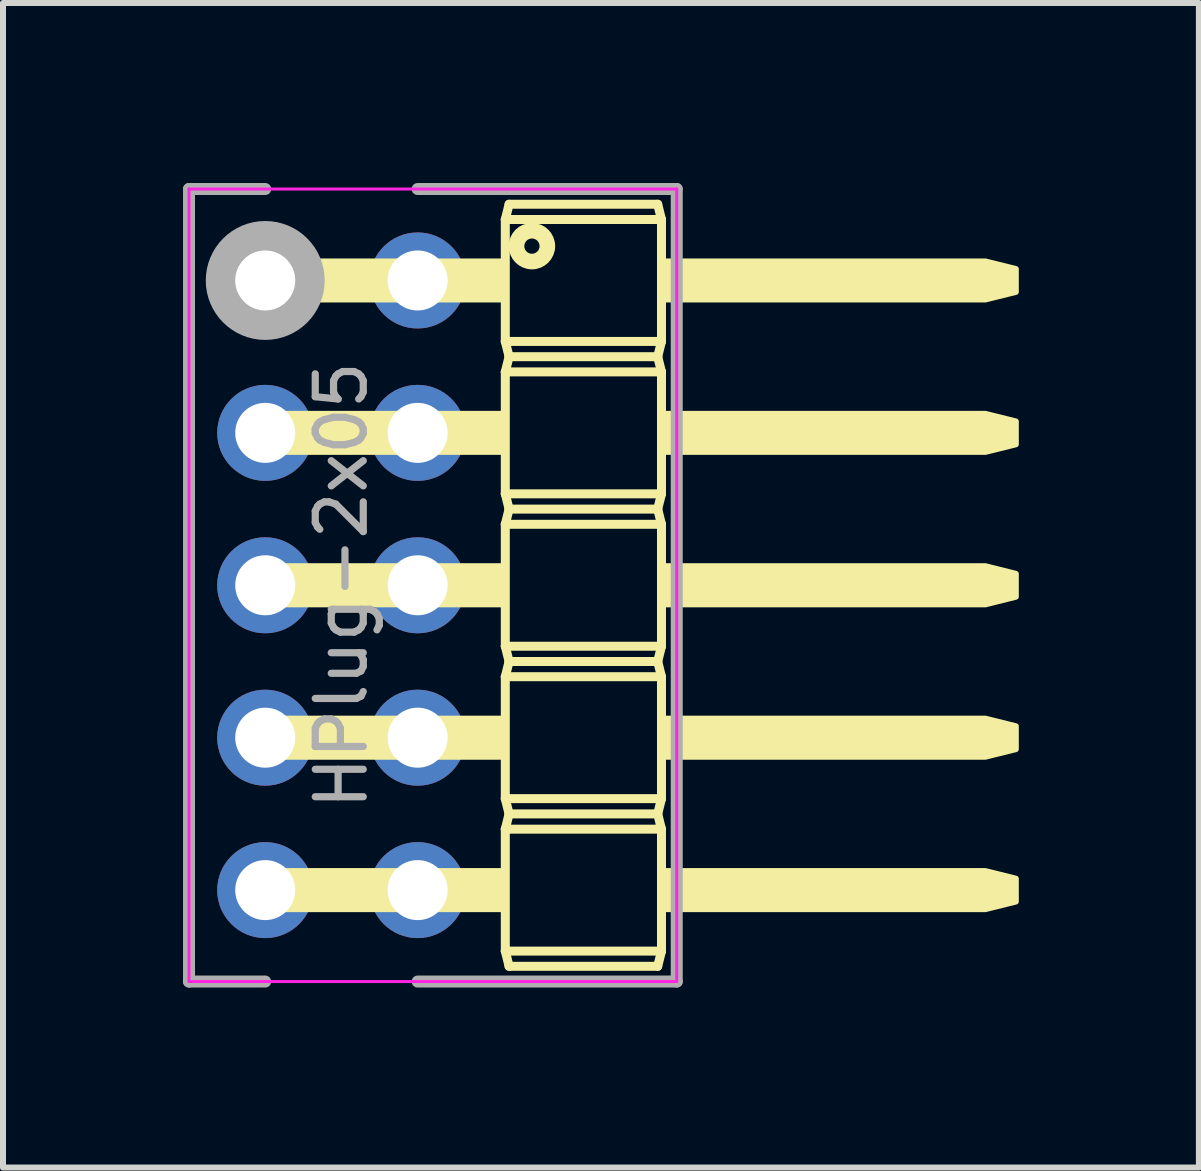
<source format=kicad_pcb>
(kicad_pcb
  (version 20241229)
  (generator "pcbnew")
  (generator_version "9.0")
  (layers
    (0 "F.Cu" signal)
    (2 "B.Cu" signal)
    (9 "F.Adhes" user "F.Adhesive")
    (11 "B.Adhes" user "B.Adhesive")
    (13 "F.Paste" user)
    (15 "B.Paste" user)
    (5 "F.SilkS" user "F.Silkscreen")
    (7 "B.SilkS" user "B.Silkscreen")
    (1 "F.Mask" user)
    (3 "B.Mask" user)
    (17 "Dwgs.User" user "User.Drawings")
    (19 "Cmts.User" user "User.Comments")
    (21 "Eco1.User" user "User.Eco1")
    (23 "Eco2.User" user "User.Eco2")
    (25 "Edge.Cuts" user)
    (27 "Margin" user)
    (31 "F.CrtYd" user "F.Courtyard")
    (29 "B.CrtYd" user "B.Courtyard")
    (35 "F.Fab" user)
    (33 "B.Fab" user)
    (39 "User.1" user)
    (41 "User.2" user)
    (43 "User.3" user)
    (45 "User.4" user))
  (footprint "HPlug-2x05"
    (layer "F.Cu")
    (at 2.64 6.704)
    (property "Reference" "HPlug-2x05" (at 0 0 270) (layer "F.Fab") (effects (font (size 0.8 0.8) (thickness 0.12))))
    (attr through_hole)
    (fp_line (start 2.731 -6.096) (end 2.731 -4.064) (stroke (width 0.15) (type solid)) (layer "F.SilkS"))
    (fp_line (start 2.731 -6.096) (end 5.334 -6.096) (stroke (width 0.15) (type solid)) (layer "F.SilkS"))
    (fp_line (start 2.731 -4.064) (end 2.794 -3.81) (stroke (width 0.15) (type solid)) (layer "F.SilkS"))
    (fp_line (start 2.731 -4.064) (end 5.334 -4.064) (stroke (width 0.15) (type solid)) (layer "F.SilkS"))
    (fp_line (start 2.731 -3.556) (end 2.731 -1.524) (stroke (width 0.15) (type solid)) (layer "F.SilkS"))
    (fp_line (start 2.731 -3.556) (end 5.334 -3.556) (stroke (width 0.15) (type solid)) (layer "F.SilkS"))
    (fp_line (start 2.731 -1.524) (end 2.794 -1.27) (stroke (width 0.15) (type solid)) (layer "F.SilkS"))
    (fp_line (start 2.731 -1.524) (end 5.334 -1.524) (stroke (width 0.15) (type solid)) (layer "F.SilkS"))
    (fp_line (start 2.731 -1.016) (end 2.731 1.016) (stroke (width 0.15) (type solid)) (layer "F.SilkS"))
    (fp_line (start 2.731 -1.016) (end 5.334 -1.016) (stroke (width 0.15) (type solid)) (layer "F.SilkS"))
    (fp_line (start 2.731 1.016) (end 2.794 1.27) (stroke (width 0.15) (type solid)) (layer "F.SilkS"))
    (fp_line (start 2.731 1.016) (end 5.334 1.016) (stroke (width 0.15) (type solid)) (layer "F.SilkS"))
    (fp_line (start 2.731 1.524) (end 2.731 3.556) (stroke (width 0.15) (type solid)) (layer "F.SilkS"))
    (fp_line (start 2.731 1.524) (end 5.334 1.524) (stroke (width 0.15) (type solid)) (layer "F.SilkS"))
    (fp_line (start 2.731 3.556) (end 2.794 3.81) (stroke (width 0.15) (type solid)) (layer "F.SilkS"))
    (fp_line (start 2.731 3.556) (end 5.334 3.556) (stroke (width 0.15) (type solid)) (layer "F.SilkS"))
    (fp_line (start 2.731 4.064) (end 2.731 6.096) (stroke (width 0.15) (type solid)) (layer "F.SilkS"))
    (fp_line (start 2.731 4.064) (end 5.334 4.064) (stroke (width 0.15) (type solid)) (layer "F.SilkS"))
    (fp_line (start 2.731 6.096) (end 2.794 6.35) (stroke (width 0.15) (type solid)) (layer "F.SilkS"))
    (fp_line (start 2.731 6.096) (end 5.334 6.096) (stroke (width 0.15) (type solid)) (layer "F.SilkS"))
    (fp_line (start 2.794 -6.35) (end 2.731 -6.096) (stroke (width 0.15) (type solid)) (layer "F.SilkS"))
    (fp_line (start 2.794 -6.35) (end 5.271 -6.35) (stroke (width 0.15) (type solid)) (layer "F.SilkS"))
    (fp_line (start 2.794 -3.81) (end 2.731 -3.556) (stroke (width 0.15) (type solid)) (layer "F.SilkS"))
    (fp_line (start 2.794 -3.81) (end 5.271 -3.81) (stroke (width 0.15) (type solid)) (layer "F.SilkS"))
    (fp_line (start 2.794 -1.27) (end 2.731 -1.016) (stroke (width 0.15) (type solid)) (layer "F.SilkS"))
    (fp_line (start 2.794 -1.27) (end 5.271 -1.27) (stroke (width 0.15) (type solid)) (layer "F.SilkS"))
    (fp_line (start 2.794 1.27) (end 2.731 1.524) (stroke (width 0.15) (type solid)) (layer "F.SilkS"))
    (fp_line (start 2.794 1.27) (end 5.271 1.27) (stroke (width 0.15) (type solid)) (layer "F.SilkS"))
    (fp_line (start 2.794 3.81) (end 2.731 4.064) (stroke (width 0.15) (type solid)) (layer "F.SilkS"))
    (fp_line (start 2.794 3.81) (end 5.271 3.81) (stroke (width 0.15) (type solid)) (layer "F.SilkS"))
    (fp_line (start 2.794 6.35) (end 5.271 6.35) (stroke (width 0.15) (type solid)) (layer "F.SilkS"))
    (fp_line (start 5.271 -6.35) (end 5.334 -6.096) (stroke (width 0.15) (type solid)) (layer "F.SilkS"))
    (fp_line (start 5.271 -3.81) (end 5.334 -3.556) (stroke (width 0.15) (type solid)) (layer "F.SilkS"))
    (fp_line (start 5.271 -1.27) (end 5.334 -1.016) (stroke (width 0.15) (type solid)) (layer "F.SilkS"))
    (fp_line (start 5.271 1.27) (end 5.334 1.524) (stroke (width 0.15) (type solid)) (layer "F.SilkS"))
    (fp_line (start 5.271 3.81) (end 5.334 4.064) (stroke (width 0.15) (type solid)) (layer "F.SilkS"))
    (fp_line (start 5.334 -4.064) (end 5.271 -3.81) (stroke (width 0.15) (type solid)) (layer "F.SilkS"))
    (fp_line (start 5.334 -4.064) (end 5.334 -6.096) (stroke (width 0.15) (type solid)) (layer "F.SilkS"))
    (fp_line (start 5.334 -1.524) (end 5.271 -1.27) (stroke (width 0.15) (type solid)) (layer "F.SilkS"))
    (fp_line (start 5.334 -1.524) (end 5.334 -3.556) (stroke (width 0.15) (type solid)) (layer "F.SilkS"))
    (fp_line (start 5.334 1.016) (end 5.271 1.27) (stroke (width 0.15) (type solid)) (layer "F.SilkS"))
    (fp_line (start 5.334 1.016) (end 5.334 -1.016) (stroke (width 0.15) (type solid)) (layer "F.SilkS"))
    (fp_line (start 5.334 3.556) (end 5.271 3.81) (stroke (width 0.15) (type solid)) (layer "F.SilkS"))
    (fp_line (start 5.334 3.556) (end 5.334 1.524) (stroke (width 0.15) (type solid)) (layer "F.SilkS"))
    (fp_line (start 5.334 6.096) (end 5.271 6.35) (stroke (width 0.15) (type solid)) (layer "F.SilkS"))
    (fp_line (start 5.334 6.096) (end 5.334 4.064) (stroke (width 0.15) (type solid)) (layer "F.SilkS"))
    (fp_circle (center 3.175 -5.652) (end 3.302 -5.652) (stroke (width 0.26) (type solid)) (fill no) (layer "F.SilkS"))
    (fp_poly (pts (xy -1.651 -4.889) (xy -1.651 -5.271) (xy -1.27 -5.397) (xy 2.731 -5.397) (xy 2.731 -4.763) (xy -1.27 -4.763)) (stroke (width 0.1) (type solid)) (fill yes) (layer "F.SilkS"))
    (fp_poly (pts (xy -1.651 -2.349) (xy -1.651 -2.731) (xy -1.27 -2.857) (xy 2.731 -2.857) (xy 2.731 -2.223) (xy -1.27 -2.223)) (stroke (width 0.1) (type solid)) (fill yes) (layer "F.SilkS"))
    (fp_poly (pts (xy -1.651 0.191) (xy -1.651 -0.191) (xy -1.27 -0.318) (xy 2.731 -0.318) (xy 2.731 0.318) (xy -1.27 0.318)) (stroke (width 0.1) (type solid)) (fill yes) (layer "F.SilkS"))
    (fp_poly (pts (xy -1.651 2.731) (xy -1.651 2.349) (xy -1.27 2.223) (xy 2.731 2.223) (xy 2.731 2.857) (xy -1.27 2.857)) (stroke (width 0.1) (type solid)) (fill yes) (layer "F.SilkS"))
    (fp_poly (pts (xy -1.651 5.271) (xy -1.651 4.889) (xy -1.27 4.763) (xy 2.731 4.763) (xy 2.731 5.397) (xy -1.27 5.397)) (stroke (width 0.1) (type solid)) (fill yes) (layer "F.SilkS"))
    (fp_poly (pts (xy 11.239 -5.271) (xy 11.239 -4.889) (xy 10.732 -4.763) (xy 5.334 -4.763) (xy 5.334 -5.397) (xy 10.732 -5.397)) (stroke (width 0.1) (type solid)) (fill yes) (layer "F.SilkS"))
    (fp_poly (pts (xy 11.239 -2.731) (xy 11.239 -2.349) (xy 10.732 -2.223) (xy 5.334 -2.223) (xy 5.334 -2.857) (xy 10.732 -2.857)) (stroke (width 0.1) (type solid)) (fill yes) (layer "F.SilkS"))
    (fp_poly (pts (xy 11.239 -0.191) (xy 11.239 0.191) (xy 10.732 0.318) (xy 5.334 0.318) (xy 5.334 -0.318) (xy 10.732 -0.318)) (stroke (width 0.1) (type solid)) (fill yes) (layer "F.SilkS"))
    (fp_poly (pts (xy 11.239 2.349) (xy 11.239 2.731) (xy 10.732 2.857) (xy 5.334 2.857) (xy 5.334 2.223) (xy 10.732 2.223)) (stroke (width 0.1) (type solid)) (fill yes) (layer "F.SilkS"))
    (fp_poly (pts (xy 11.239 4.889) (xy 11.239 5.271) (xy 10.732 5.397) (xy 5.334 5.397) (xy 5.334 4.763) (xy 10.732 4.763)) (stroke (width 0.1) (type solid)) (fill yes) (layer "F.SilkS"))
    (fp_line (start -2.54 -6.604) (end 5.588 -6.604) (stroke (width 0.05) (type solid)) (layer "F.CrtYd"))
    (fp_line (start -2.54 6.604) (end -2.54 -6.604) (stroke (width 0.05) (type solid)) (layer "F.CrtYd"))
    (fp_line (start -2.54 6.604) (end 5.588 6.604) (stroke (width 0.05) (type solid)) (layer "F.CrtYd"))
    (fp_line (start 5.588 -6.604) (end 5.588 6.604) (stroke (width 0.05) (type solid)) (layer "F.CrtYd"))
    (fp_line (start -2.54 -6.604) (end -2.54 6.604) (stroke (width 0.2) (type solid)) (layer "F.Fab"))
    (fp_line (start -2.54 -6.604) (end -1.27 -6.604) (stroke (width 0.2) (type solid)) (layer "F.Fab"))
    (fp_line (start -2.54 6.604) (end -1.27 6.604) (stroke (width 0.2) (type solid)) (layer "F.Fab"))
    (fp_line (start 1.27 -6.604) (end 5.588 -6.604) (stroke (width 0.2) (type solid)) (layer "F.Fab"))
    (fp_line (start 1.27 6.604) (end 5.588 6.604) (stroke (width 0.2) (type solid)) (layer "F.Fab"))
    (fp_line (start 5.588 6.604) (end 5.588 -6.604) (stroke (width 0.2) (type solid)) (layer "F.Fab"))
    (fp_circle (center -1.27 -5.08) (end -1.27 -4.889) (stroke (width 0.8) (type solid)) (fill no) (layer "F.Fab"))
    (pad "1" thru_hole circle (at -1.27 -5.08) (size 1.6 1.6) (drill 1) (layers "*.Cu" "*.Mask"))
    (pad "2" thru_hole circle (at 1.27 -5.08) (size 1.6 1.6) (drill 1) (layers "*.Cu" "*.Mask"))
    (pad "3" thru_hole circle (at -1.27 -2.54) (size 1.6 1.6) (drill 1) (layers "*.Cu" "*.Mask"))
    (pad "4" thru_hole circle (at 1.27 -2.54) (size 1.6 1.6) (drill 1) (layers "*.Cu" "*.Mask"))
    (pad "5" thru_hole circle (at -1.27 0) (size 1.6 1.6) (drill 1) (layers "*.Cu" "*.Mask"))
    (pad "6" thru_hole circle (at 1.27 0) (size 1.6 1.6) (drill 1) (layers "*.Cu" "*.Mask"))
    (pad "7" thru_hole circle (at -1.27 2.54) (size 1.6 1.6) (drill 1) (layers "*.Cu" "*.Mask"))
    (pad "8" thru_hole circle (at 1.27 2.54) (size 1.6 1.6) (drill 1) (layers "*.Cu" "*.Mask"))
    (pad "9" thru_hole circle (at -1.27 5.08) (size 1.6 1.6) (drill 1) (layers "*.Cu" "*.Mask"))
    (pad "10" thru_hole circle (at 1.27 5.08) (size 1.6 1.6) (drill 1) (layers "*.Cu" "*.Mask")))
  (gr_rect
    (start -3 -3)
    (end 16.93 16.408)
    (stroke (width 0.1) (type default))
    (fill no)
    (layer "Edge.Cuts")))
</source>
